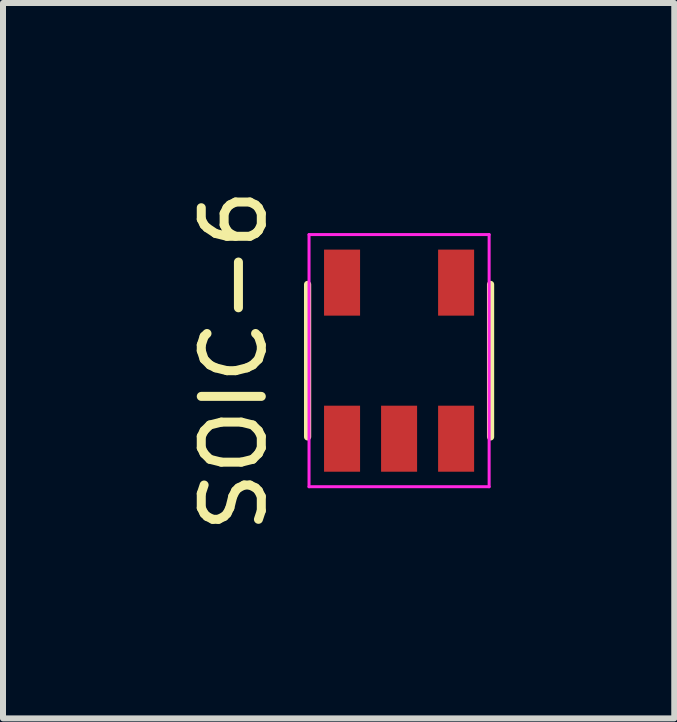
<source format=kicad_pcb>
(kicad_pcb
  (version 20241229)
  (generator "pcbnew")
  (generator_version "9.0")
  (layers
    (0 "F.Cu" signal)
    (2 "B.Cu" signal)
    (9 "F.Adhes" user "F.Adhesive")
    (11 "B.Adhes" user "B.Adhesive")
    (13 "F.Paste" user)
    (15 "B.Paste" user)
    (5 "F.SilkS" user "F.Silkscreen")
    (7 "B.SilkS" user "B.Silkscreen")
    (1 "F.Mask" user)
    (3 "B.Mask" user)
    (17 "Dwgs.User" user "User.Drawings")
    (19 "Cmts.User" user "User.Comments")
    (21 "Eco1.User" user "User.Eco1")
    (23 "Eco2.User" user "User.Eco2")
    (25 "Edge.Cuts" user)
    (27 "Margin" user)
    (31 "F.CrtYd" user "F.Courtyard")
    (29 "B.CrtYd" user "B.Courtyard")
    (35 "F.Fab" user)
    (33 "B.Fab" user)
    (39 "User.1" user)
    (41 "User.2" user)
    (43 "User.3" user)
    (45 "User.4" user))
  (footprint "SOIC-6"
    (layer "F.Cu")
    (at 3.598 2.958)
    (property "Reference" "SOIC-6" (at -2.75 0 90) (layer "F.SilkS") (effects (font (size 1 1) (thickness 0.15))))
    (attr through_hole)
    (fp_line (start -1.524 -1.27) (end -1.524 1.27) (stroke (width 0.12) (type default)) (layer "F.SilkS"))
    (fp_line (start 1.524 -1.27) (end 1.524 1.27) (stroke (width 0.12) (type default)) (layer "F.SilkS"))
    (fp_line (start -1.5 -2.1) (end 1.5 -2.1) (stroke (width 0.05) (type default)) (layer "F.CrtYd"))
    (fp_line (start -1.5 2.1) (end -1.5 -2.1) (stroke (width 0.05) (type default)) (layer "F.CrtYd"))
    (fp_line (start 1.5 -2.1) (end 1.5 2.1) (stroke (width 0.05) (type default)) (layer "F.CrtYd"))
    (fp_line (start 1.5 2.1) (end -1.5 2.1) (stroke (width 0.05) (type default)) (layer "F.CrtYd"))
    (pad "1" smd rect (at -0.95 1.3) (size 0.6 1.1) (layers "F.Cu" "F.Mask" "F.Paste"))
    (pad "2" smd rect (at 0 1.3) (size 0.6 1.1) (layers "F.Cu" "F.Mask" "F.Paste"))
    (pad "3" smd rect (at 0.95 1.3) (size 0.6 1.1) (layers "F.Cu" "F.Mask" "F.Paste"))
    (pad "4" smd rect (at 0.95 -1.3) (size 0.6 1.1) (layers "F.Cu" "F.Mask" "F.Paste"))
    (pad "5" smd rect (at -0.95 -1.3) (size 0.6 1.1) (layers "F.Cu" "F.Mask" "F.Paste")))
  (gr_rect
    (start -3 -3)
    (end 8.182 8.917)
    (stroke (width 0.1) (type default))
    (fill no)
    (layer "Edge.Cuts")))
</source>
